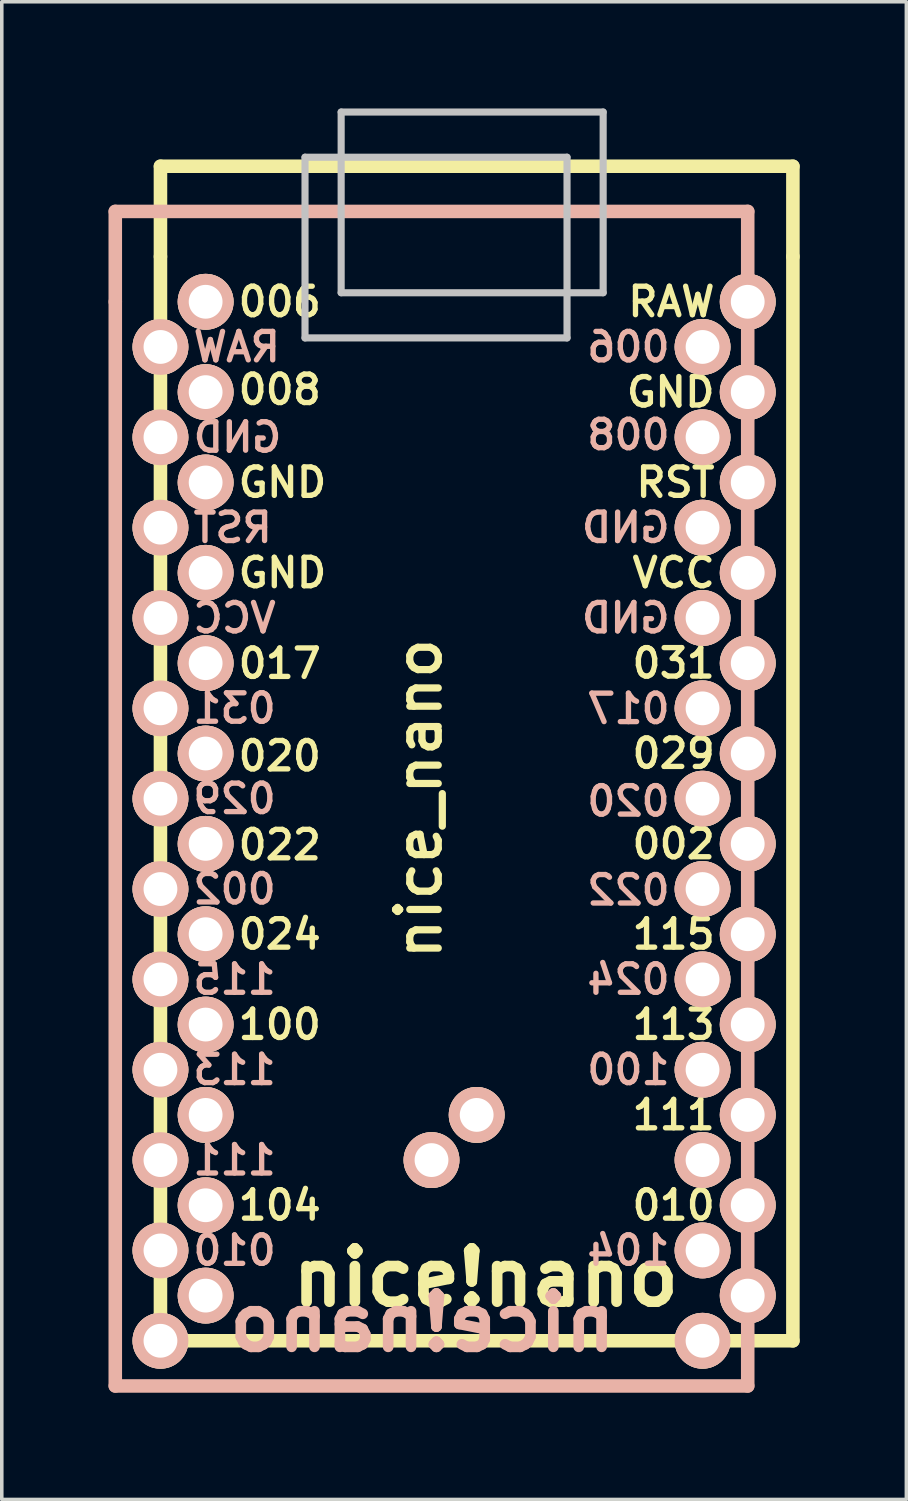
<source format=kicad_pcb>
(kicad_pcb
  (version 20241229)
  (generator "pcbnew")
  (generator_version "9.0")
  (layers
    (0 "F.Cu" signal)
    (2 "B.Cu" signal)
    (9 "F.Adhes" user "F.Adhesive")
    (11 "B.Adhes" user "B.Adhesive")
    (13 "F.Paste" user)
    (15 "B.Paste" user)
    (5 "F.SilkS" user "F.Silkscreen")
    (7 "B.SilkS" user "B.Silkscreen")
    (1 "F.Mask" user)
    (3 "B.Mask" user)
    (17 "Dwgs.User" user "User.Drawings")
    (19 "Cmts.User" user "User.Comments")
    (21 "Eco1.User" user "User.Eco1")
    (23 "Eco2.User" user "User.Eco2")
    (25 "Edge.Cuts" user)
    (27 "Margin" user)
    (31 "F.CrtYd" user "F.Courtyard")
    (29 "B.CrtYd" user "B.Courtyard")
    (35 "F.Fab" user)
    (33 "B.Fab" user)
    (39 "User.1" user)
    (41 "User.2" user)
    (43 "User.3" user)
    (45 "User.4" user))
  (footprint "nice_nano"
    (layer "F.Cu")
    (at 9.716 18.769)
    (property "Reference" "nice_nano" (at -0.99 0.635 270) (layer "F.SilkS") (effects (font (size 1.2 1.2) (thickness 0.203))))
    (attr through_hole)
    (fp_line (start -8.255 -17.145) (end -8.255 -14.605) (stroke (width 0.381) (type solid)) (layer "F.SilkS"))
    (fp_line (start -8.255 -14.605) (end -8.255 15.875) (stroke (width 0.381) (type solid)) (layer "F.SilkS"))
    (fp_line (start -8.255 15.875) (end 9.525 15.875) (stroke (width 0.381) (type solid)) (layer "F.SilkS"))
    (fp_line (start 9.525 -17.145) (end -8.255 -17.145) (stroke (width 0.381) (type solid)) (layer "F.SilkS"))
    (fp_line (start 9.525 -14.605) (end 9.525 -17.145) (stroke (width 0.381) (type solid)) (layer "F.SilkS"))
    (fp_line (start 9.525 15.875) (end 9.525 -14.605) (stroke (width 0.381) (type solid)) (layer "F.SilkS"))
    (fp_line (start -9.525 -15.875) (end 8.255 -15.875) (stroke (width 0.381) (type solid)) (layer "B.SilkS"))
    (fp_line (start -9.525 -13.335) (end -9.525 -15.875) (stroke (width 0.381) (type solid)) (layer "B.SilkS"))
    (fp_line (start -9.525 17.145) (end -9.525 -13.335) (stroke (width 0.381) (type solid)) (layer "B.SilkS"))
    (fp_line (start 8.255 -15.875) (end 8.255 -13.335) (stroke (width 0.381) (type solid)) (layer "B.SilkS"))
    (fp_line (start 8.255 -13.335) (end 8.255 17.145) (stroke (width 0.381) (type solid)) (layer "B.SilkS"))
    (fp_line (start 8.255 17.145) (end -9.525 17.145) (stroke (width 0.381) (type solid)) (layer "B.SilkS"))
    (fp_line (start -4.191 -17.399) (end -4.191 -12.319) (stroke (width 0.2) (type solid)) (layer "Dwgs.User"))
    (fp_line (start -4.191 -12.319) (end 3.175 -12.319) (stroke (width 0.2) (type solid)) (layer "Dwgs.User"))
    (fp_line (start -3.175 -18.669) (end 4.191 -18.669) (stroke (width 0.2) (type solid)) (layer "Dwgs.User"))
    (fp_line (start -3.175 -13.589) (end -3.175 -18.669) (stroke (width 0.2) (type solid)) (layer "Dwgs.User"))
    (fp_line (start 3.175 -17.399) (end -4.191 -17.399) (stroke (width 0.2) (type solid)) (layer "Dwgs.User"))
    (fp_line (start 3.175 -12.319) (end 3.175 -17.399) (stroke (width 0.2) (type solid)) (layer "Dwgs.User"))
    (fp_line (start 4.191 -18.669) (end 4.191 -13.589) (stroke (width 0.2) (type solid)) (layer "Dwgs.User"))
    (fp_line (start 4.191 -13.589) (end -3.175 -13.589) (stroke (width 0.2) (type solid)) (layer "Dwgs.User"))
    (fp_line (start 0.635 -0.635) (end 0.635 0.635) (stroke (width 0.12) (type solid)) (layer "Eco1.User"))
    (fp_line (start 0.635 0.635) (end -0.635 0.635) (stroke (width 0.12) (type solid)) (layer "Eco1.User"))
    (fp_circle (center -0.635 0.635) (end -0.035 1.205) (stroke (width 0.12) (type solid)) (fill no) (layer "Eco1.User"))
    (fp_circle (center -0.635 0.635) (end -0.035 1.205) (stroke (width 0.12) (type solid)) (fill no) (layer "Eco1.User"))
    (fp_circle (center 0.635 -0.635) (end 1.235 -0.065) (stroke (width 0.12) (type solid)) (fill no) (layer "Eco1.User"))
    (fp_text user "029" (at 6.172 -0.635 0) (layer "F.SilkS") (effects (font (size 0.8 0.8) (thickness 0.15))))
    (fp_text user "104" (at -4.902 12.065 0) (layer "F.SilkS") (effects (font (size 0.8 0.8) (thickness 0.15))))
    (fp_text user "VCC" (at 6.172 -5.715 0) (layer "F.SilkS") (effects (font (size 0.8 0.8) (thickness 0.15))))
    (fp_text user "100" (at -4.902 6.985 0) (layer "F.SilkS") (effects (font (size 0.8 0.8) (thickness 0.15))))
    (fp_text user "113" (at 6.172 6.985 0) (layer "F.SilkS") (effects (font (size 0.8 0.8) (thickness 0.15))))
    (fp_text user "022" (at -4.902 1.935 0) (layer "F.SilkS") (effects (font (size 0.8 0.8) (thickness 0.15))))
    (fp_text user "nice!nano" (at 0.889 14.097 0) (layer "F.SilkS") (effects (font (size 1.5 1.5) (thickness 0.3))))
    (fp_text user "010" (at 6.172 12.065 0) (layer "F.SilkS") (effects (font (size 0.8 0.8) (thickness 0.15))))
    (fp_text user "GND" (at -4.826 -8.255 0) (layer "F.SilkS") (effects (font (size 0.8 0.8) (thickness 0.15))))
    (fp_text user "006" (at -4.902 -13.335 0) (layer "F.SilkS") (effects (font (size 0.8 0.8) (thickness 0.15))))
    (fp_text user "115" (at 6.172 4.445 0) (layer "F.SilkS") (effects (font (size 0.8 0.8) (thickness 0.15))))
    (fp_text user "024" (at -4.902 4.445 0) (layer "F.SilkS") (effects (font (size 0.8 0.8) (thickness 0.15))))
    (fp_text user "111" (at 6.172 9.525 0) (layer "F.SilkS") (effects (font (size 0.8 0.8) (thickness 0.15))))
    (fp_text user "020" (at -4.902 -0.565 0) (layer "F.SilkS") (effects (font (size 0.8 0.8) (thickness 0.15))))
    (fp_text user "031" (at 6.172 -3.175 0) (layer "F.SilkS") (effects (font (size 0.8 0.8) (thickness 0.15))))
    (fp_text user "GND" (at 6.09 -10.795 0) (layer "F.SilkS") (effects (font (size 0.8 0.8) (thickness 0.15))))
    (fp_text user "RAW" (at 6.109 -13.335 0) (layer "F.SilkS") (effects (font (size 0.8 0.8) (thickness 0.15))))
    (fp_text user "RST" (at 6.223 -8.255 0) (layer "F.SilkS") (effects (font (size 0.8 0.8) (thickness 0.15))))
    (fp_text user "008" (at -4.902 -10.865 0) (layer "F.SilkS") (effects (font (size 0.8 0.8) (thickness 0.15))))
    (fp_text user "002" (at 6.172 1.905 0) (layer "F.SilkS") (effects (font (size 0.8 0.8) (thickness 0.15))))
    (fp_text user "GND" (at -4.826 -5.715 0) (layer "F.SilkS") (effects (font (size 0.8 0.8) (thickness 0.15))))
    (fp_text user "017" (at -4.902 -3.165 0) (layer "F.SilkS") (effects (font (size 0.8 0.8) (thickness 0.15))))
    (fp_text user "006" (at 4.902 -12.065 180) (layer "B.SilkS") (effects (font (size 0.8 0.8) (thickness 0.15)) (justify mirror)))
    (fp_text user "020" (at 4.902 0.705 180) (layer "B.SilkS") (effects (font (size 0.8 0.8) (thickness 0.15)) (justify mirror)))
    (fp_text user "111" (at -6.172 10.795 180) (layer "B.SilkS") (effects (font (size 0.8 0.8) (thickness 0.15)) (justify mirror)))
    (fp_text user "104" (at 4.902 13.335 180) (layer "B.SilkS") (effects (font (size 0.8 0.8) (thickness 0.15)) (justify mirror)))
    (fp_text user "113" (at -6.172 8.255 180) (layer "B.SilkS") (effects (font (size 0.8 0.8) (thickness 0.15)) (justify mirror)))
    (fp_text user "GND" (at -6.09 -9.525 180) (layer "B.SilkS") (effects (font (size 0.8 0.8) (thickness 0.15)) (justify mirror)))
    (fp_text user "010" (at -6.172 13.335 180) (layer "B.SilkS") (effects (font (size 0.8 0.8) (thickness 0.15)) (justify mirror)))
    (fp_text user "024" (at 4.902 5.715 180) (layer "B.SilkS") (effects (font (size 0.8 0.8) (thickness 0.15)) (justify mirror)))
    (fp_text user "GND" (at 4.826 -4.445 180) (layer "B.SilkS") (effects (font (size 0.8 0.8) (thickness 0.15)) (justify mirror)))
    (fp_text user "100" (at 4.902 8.255 180) (layer "B.SilkS") (effects (font (size 0.8 0.8) (thickness 0.15)) (justify mirror)))
    (fp_text user "017" (at 4.902 -1.895 180) (layer "B.SilkS") (effects (font (size 0.8 0.8) (thickness 0.15)) (justify mirror)))
    (fp_text user "GND" (at 4.826 -6.985 180) (layer "B.SilkS") (effects (font (size 0.8 0.8) (thickness 0.15)) (justify mirror)))
    (fp_text user "002" (at -6.172 3.175 180) (layer "B.SilkS") (effects (font (size 0.8 0.8) (thickness 0.15)) (justify mirror)))
    (fp_text user "VCC" (at -6.172 -4.445 180) (layer "B.SilkS") (effects (font (size 0.8 0.8) (thickness 0.15)) (justify mirror)))
    (fp_text user "115" (at -6.172 5.715 180) (layer "B.SilkS") (effects (font (size 0.8 0.8) (thickness 0.15)) (justify mirror)))
    (fp_text user "029" (at -6.172 0.635 180) (layer "B.SilkS") (effects (font (size 0.8 0.8) (thickness 0.15)) (justify mirror)))
    (fp_text user "022" (at 4.902 3.205 180) (layer "B.SilkS") (effects (font (size 0.8 0.8) (thickness 0.15)) (justify mirror)))
    (fp_text user "nice!nano" (at -0.889 15.367 180) (layer "B.SilkS") (effects (font (size 1.5 1.5) (thickness 0.3)) (justify mirror)))
    (fp_text user "RST" (at -6.223 -6.985 180) (layer "B.SilkS") (effects (font (size 0.8 0.8) (thickness 0.15)) (justify mirror)))
    (fp_text user "RAW" (at -6.109 -12.065 180) (layer "B.SilkS") (effects (font (size 0.8 0.8) (thickness 0.15)) (justify mirror)))
    (fp_text user "031" (at -6.172 -1.905 180) (layer "B.SilkS") (effects (font (size 0.8 0.8) (thickness 0.15)) (justify mirror)))
    (fp_text user "008" (at 4.902 -9.595 180) (layer "B.SilkS") (effects (font (size 0.8 0.8) (thickness 0.15)) (justify mirror)))
    (pad "1" thru_hole circle (at -6.985 -13.335 270) (size 1.57 1.57) (drill 0.95) (layers "*.Cu" "*.SilkS" "*.Mask"))
    (pad "1" thru_hole circle (at 6.985 -12.065 270) (size 1.57 1.57) (drill 0.95) (layers "*.Cu" "*.SilkS" "*.Mask"))
    (pad "2" thru_hole circle (at -6.985 -10.795 270) (size 1.57 1.57) (drill 0.95) (layers "*.Cu" "*.SilkS" "*.Mask"))
    (pad "2" thru_hole circle (at 6.985 -9.525 270) (size 1.57 1.57) (drill 0.95) (layers "*.Cu" "*.SilkS" "*.Mask"))
    (pad "3" thru_hole circle (at -6.985 -8.255 270) (size 1.57 1.57) (drill 0.95) (layers "*.Cu" "*.SilkS" "*.Mask"))
    (pad "3" thru_hole circle (at 6.985 -6.985 270) (size 1.57 1.57) (drill 0.95) (layers "*.Cu" "*.SilkS" "*.Mask"))
    (pad "4" thru_hole circle (at -6.985 -5.715 270) (size 1.57 1.57) (drill 0.95) (layers "*.Cu" "*.SilkS" "*.Mask"))
    (pad "4" thru_hole circle (at 6.985 -4.445 270) (size 1.57 1.57) (drill 0.95) (layers "*.Cu" "*.SilkS" "*.Mask"))
    (pad "5" thru_hole circle (at -6.985 -3.175 270) (size 1.57 1.57) (drill 0.95) (layers "*.Cu" "*.SilkS" "*.Mask"))
    (pad "5" thru_hole circle (at 6.985 -1.905 270) (size 1.57 1.57) (drill 0.95) (layers "*.Cu" "*.SilkS" "*.Mask"))
    (pad "6" thru_hole circle (at -6.985 -0.635 270) (size 1.57 1.57) (drill 0.95) (layers "*.Cu" "*.SilkS" "*.Mask"))
    (pad "6" thru_hole circle (at 6.985 0.635 270) (size 1.57 1.57) (drill 0.95) (layers "*.Cu" "*.SilkS" "*.Mask"))
    (pad "7" thru_hole circle (at -6.985 1.905 270) (size 1.57 1.57) (drill 0.95) (layers "*.Cu" "*.SilkS" "*.Mask"))
    (pad "7" thru_hole circle (at 6.985 3.175 270) (size 1.57 1.57) (drill 0.95) (layers "*.Cu" "*.SilkS" "*.Mask"))
    (pad "8" thru_hole circle (at -6.985 4.445 270) (size 1.57 1.57) (drill 0.95) (layers "*.Cu" "*.SilkS" "*.Mask"))
    (pad "8" thru_hole circle (at 6.985 5.715 270) (size 1.57 1.57) (drill 0.95) (layers "*.Cu" "*.SilkS" "*.Mask"))
    (pad "9" thru_hole circle (at -6.985 6.985 270) (size 1.57 1.57) (drill 0.95) (layers "*.Cu" "*.SilkS" "*.Mask"))
    (pad "9" thru_hole circle (at 6.985 8.255 270) (size 1.57 1.57) (drill 0.95) (layers "*.Cu" "*.SilkS" "*.Mask"))
    (pad "10" thru_hole circle (at -6.985 9.525 270) (size 1.57 1.57) (drill 0.95) (layers "*.Cu" "*.SilkS" "*.Mask"))
    (pad "10" thru_hole circle (at 6.985 10.795 270) (size 1.57 1.57) (drill 0.95) (layers "*.Cu" "*.SilkS" "*.Mask"))
    (pad "11" thru_hole circle (at -6.985 12.065 270) (size 1.57 1.57) (drill 0.95) (layers "*.Cu" "*.SilkS" "*.Mask"))
    (pad "11" thru_hole circle (at 6.985 13.335 270) (size 1.57 1.57) (drill 0.95) (layers "*.Cu" "*.SilkS" "*.Mask"))
    (pad "12" thru_hole circle (at -6.985 14.605 270) (size 1.57 1.57) (drill 0.95) (layers "*.Cu" "*.SilkS" "*.Mask"))
    (pad "12" thru_hole circle (at 6.985 15.875 270) (size 1.57 1.57) (drill 0.95) (layers "*.Cu" "*.SilkS" "*.Mask"))
    (pad "13" thru_hole circle (at -8.255 15.875 270) (size 1.57 1.57) (drill 0.95) (layers "*.Cu" "*.SilkS" "*.Mask"))
    (pad "13" thru_hole circle (at 8.255 14.605 270) (size 1.57 1.57) (drill 0.95) (layers "*.Cu" "*.SilkS" "*.Mask"))
    (pad "14" thru_hole circle (at -8.255 13.335 270) (size 1.57 1.57) (drill 0.95) (layers "*.Cu" "*.SilkS" "*.Mask"))
    (pad "14" thru_hole circle (at 8.255 12.065 270) (size 1.57 1.57) (drill 0.95) (layers "*.Cu" "*.SilkS" "*.Mask"))
    (pad "15" thru_hole circle (at -8.255 10.795 270) (size 1.57 1.57) (drill 0.95) (layers "*.Cu" "*.SilkS" "*.Mask"))
    (pad "15" thru_hole circle (at 8.255 9.525 270) (size 1.57 1.57) (drill 0.95) (layers "*.Cu" "*.SilkS" "*.Mask"))
    (pad "16" thru_hole circle (at -8.255 8.255 270) (size 1.57 1.57) (drill 0.95) (layers "*.Cu" "*.SilkS" "*.Mask"))
    (pad "16" thru_hole circle (at 8.255 6.985 270) (size 1.57 1.57) (drill 0.95) (layers "*.Cu" "*.SilkS" "*.Mask"))
    (pad "17" thru_hole circle (at -8.255 5.715 270) (size 1.57 1.57) (drill 0.95) (layers "*.Cu" "*.SilkS" "*.Mask"))
    (pad "17" thru_hole circle (at 8.255 4.445 270) (size 1.57 1.57) (drill 0.95) (layers "*.Cu" "*.SilkS" "*.Mask"))
    (pad "18" thru_hole circle (at -8.255 3.175 270) (size 1.57 1.57) (drill 0.95) (layers "*.Cu" "*.SilkS" "*.Mask"))
    (pad "18" thru_hole circle (at 8.255 1.905 270) (size 1.57 1.57) (drill 0.95) (layers "*.Cu" "*.SilkS" "*.Mask"))
    (pad "19" thru_hole circle (at -8.255 0.635 270) (size 1.57 1.57) (drill 0.95) (layers "*.Cu" "*.SilkS" "*.Mask"))
    (pad "19" thru_hole circle (at 8.255 -0.635 270) (size 1.57 1.57) (drill 0.95) (layers "*.Cu" "*.SilkS" "*.Mask"))
    (pad "20" thru_hole circle (at -8.255 -1.905 270) (size 1.57 1.57) (drill 0.95) (layers "*.Cu" "*.SilkS" "*.Mask"))
    (pad "20" thru_hole circle (at 8.255 -3.175 270) (size 1.57 1.57) (drill 0.95) (layers "*.Cu" "*.SilkS" "*.Mask"))
    (pad "21" thru_hole circle (at -8.255 -4.445 270) (size 1.57 1.57) (drill 0.95) (layers "*.Cu" "*.SilkS" "*.Mask"))
    (pad "21" thru_hole circle (at 8.255 -5.715 270) (size 1.57 1.57) (drill 0.95) (layers "*.Cu" "*.SilkS" "*.Mask"))
    (pad "22" thru_hole circle (at -8.255 -6.985 270) (size 1.57 1.57) (drill 0.95) (layers "*.Cu" "*.SilkS" "*.Mask"))
    (pad "22" thru_hole circle (at 8.255 -8.255 270) (size 1.57 1.57) (drill 0.95) (layers "*.Cu" "*.SilkS" "*.Mask"))
    (pad "23" thru_hole circle (at -8.255 -9.525 270) (size 1.57 1.57) (drill 0.95) (layers "*.Cu" "*.SilkS" "*.Mask"))
    (pad "23" thru_hole circle (at 8.255 -10.795 270) (size 1.57 1.57) (drill 0.95) (layers "*.Cu" "*.SilkS" "*.Mask"))
    (pad "24" thru_hole circle (at -8.255 -12.065 270) (size 1.57 1.57) (drill 0.95) (layers "*.Cu" "*.SilkS" "*.Mask"))
    (pad "24" thru_hole circle (at 8.255 -13.335 270) (size 1.57 1.57) (drill 0.95) (layers "*.Cu" "*.SilkS" "*.Mask"))
    (pad "33" thru_hole circle (at -0.635 10.795 270) (size 1.57 1.57) (drill 0.95) (layers "*.Cu" "*.SilkS" "*.Mask"))
    (pad "33" thru_hole circle (at 0.635 9.525 270) (size 1.57 1.57) (drill 0.95) (layers "*.Cu" "*.SilkS" "*.Mask")))
  (gr_rect
    (start -3 -3)
    (end 22.431 39.105)
    (stroke (width 0.1) (type default))
    (fill no)
    (layer "Edge.Cuts")))
</source>
